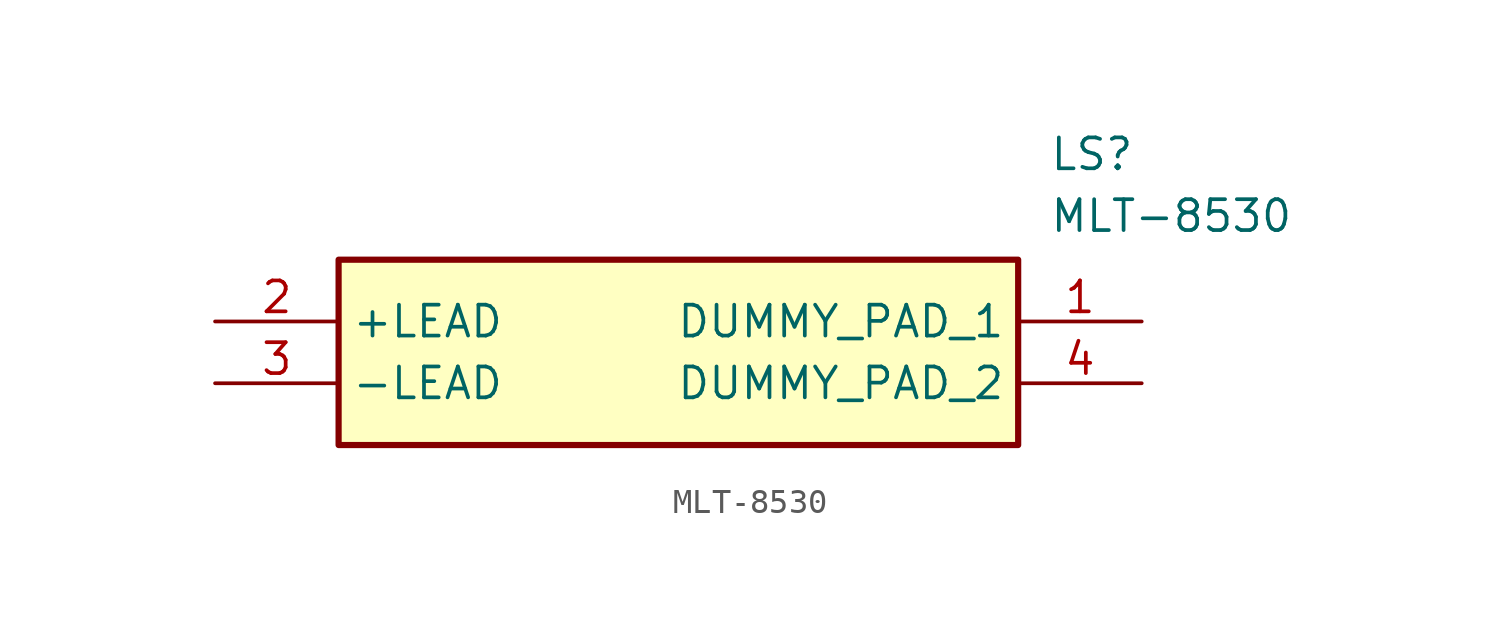
<source format=kicad_sym>
(kicad_symbol_lib
  (version 20211014)
  (generator SamacSys_ECAD_Model)
  (symbol "MLT-8530"
    (property "Reference" "LS"
      (at 34.29 7.62 0)
      (effects (font (size 1.27 1.27)) (justify left top)))
    (property "Value" "MLT-8530"
      (at 34.29 5.08 0)
      (effects (font (size 1.27 1.27)) (justify left top)))
    (rectangle
      (start 5.08 2.54)
      (end 33.02 -5.08)
      (stroke (width 0.254) (type default))
      (fill (type background)))
    (pin passive line
      (at 38.1 0 180)
      (length 5.08)
      (name "DUMMY_PAD_1" (effects (font (size 1.27 1.27))))
      (number "1" (effects (font (size 1.27 1.27)))))
    (pin passive line
      (at 0 0 0)
      (length 5.08)
      (name "+LEAD" (effects (font (size 1.27 1.27))))
      (number "2" (effects (font (size 1.27 1.27)))))
    (pin passive line
      (at 0 -2.54 0)
      (length 5.08)
      (name "-LEAD" (effects (font (size 1.27 1.27))))
      (number "3" (effects (font (size 1.27 1.27)))))
    (pin passive line
      (at 38.1 -2.54 180)
      (length 5.08)
      (name "DUMMY_PAD_2" (effects (font (size 1.27 1.27))))
      (number "4" (effects (font (size 1.27 1.27)))))))
</source>
